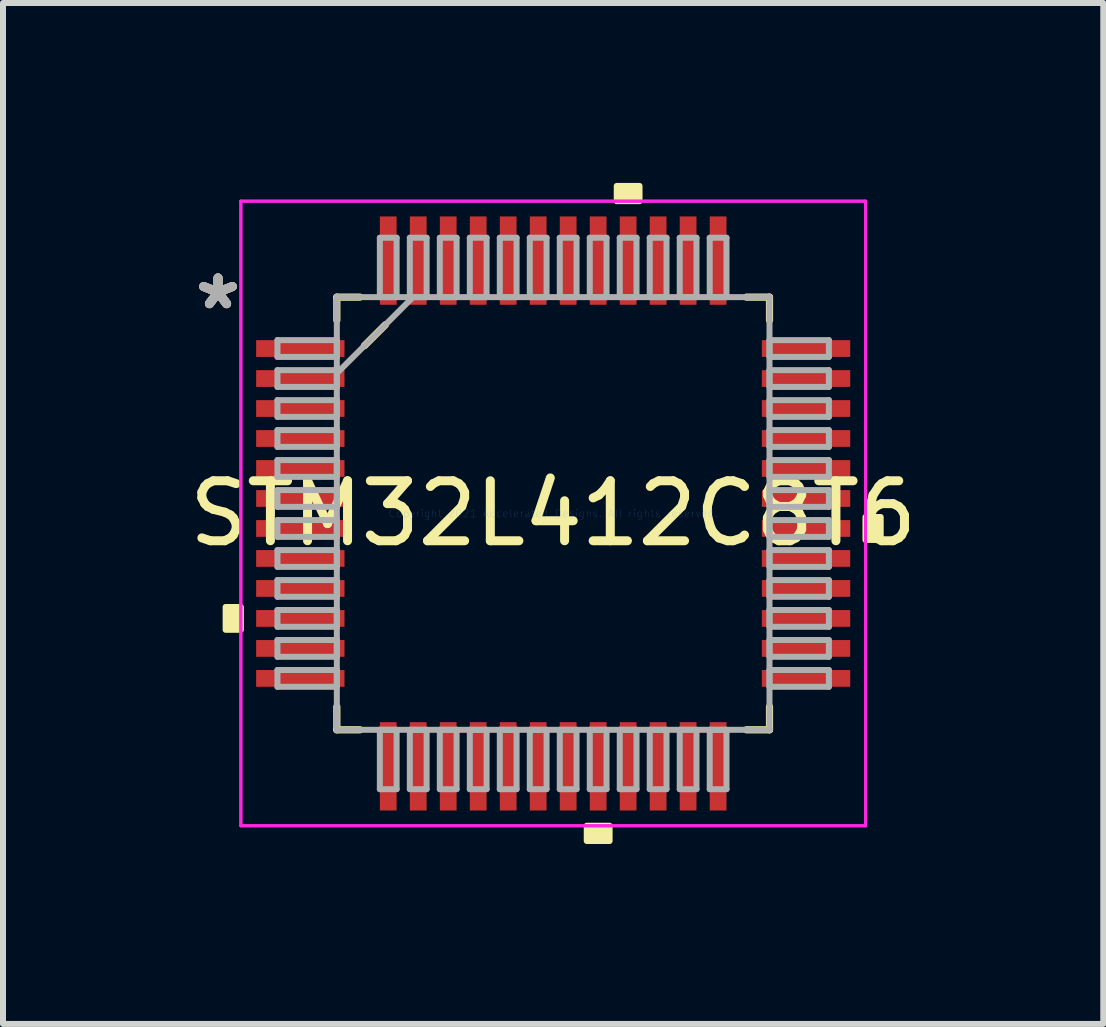
<source format=kicad_pcb>
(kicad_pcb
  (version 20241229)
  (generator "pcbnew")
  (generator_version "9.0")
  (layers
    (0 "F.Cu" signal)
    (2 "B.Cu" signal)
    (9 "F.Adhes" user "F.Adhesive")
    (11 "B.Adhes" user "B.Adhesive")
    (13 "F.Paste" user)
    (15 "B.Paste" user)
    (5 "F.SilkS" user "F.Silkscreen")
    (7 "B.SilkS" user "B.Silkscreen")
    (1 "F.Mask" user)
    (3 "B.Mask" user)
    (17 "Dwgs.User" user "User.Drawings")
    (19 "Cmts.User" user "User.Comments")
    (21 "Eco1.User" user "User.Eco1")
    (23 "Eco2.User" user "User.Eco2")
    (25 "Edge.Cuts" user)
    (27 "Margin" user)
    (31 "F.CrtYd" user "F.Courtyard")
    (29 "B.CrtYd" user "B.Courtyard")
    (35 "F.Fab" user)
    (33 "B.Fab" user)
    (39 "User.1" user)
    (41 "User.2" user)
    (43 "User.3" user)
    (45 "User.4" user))
  (footprint "STM32L412C8T6"
    (layer "F.Cu")
    (at 6.173 5.511)
    (property "Reference" "STM32L412C8T6" (at 0 0 0) (layer "F.SilkS") (effects (font (size 1 1) (thickness 0.15))))
    (attr through_hole)
    (fp_line (start -3.607 -3.607) (end -3.607 -3.222) (stroke (width 0.12) (type solid)) (layer "F.SilkS"))
    (fp_line (start -3.607 3.222) (end -3.607 3.607) (stroke (width 0.12) (type solid)) (layer "F.SilkS"))
    (fp_line (start -3.607 3.607) (end -3.222 3.607) (stroke (width 0.12) (type solid)) (layer "F.SilkS"))
    (fp_line (start -3.222 -3.607) (end -3.607 -3.607) (stroke (width 0.12) (type solid)) (layer "F.SilkS"))
    (fp_line (start -3.147 -2.797) (end -2.797 -3.147) (stroke (width 0.12) (type solid)) (layer "F.SilkS"))
    (fp_line (start 3.222 3.607) (end 3.607 3.607) (stroke (width 0.12) (type solid)) (layer "F.SilkS"))
    (fp_line (start 3.607 -3.607) (end 3.222 -3.607) (stroke (width 0.12) (type solid)) (layer "F.SilkS"))
    (fp_line (start 3.607 -3.222) (end 3.607 -3.607) (stroke (width 0.12) (type solid)) (layer "F.SilkS"))
    (fp_line (start 3.607 3.607) (end 3.607 3.222) (stroke (width 0.12) (type solid)) (layer "F.SilkS"))
    (fp_poly (pts (xy -5.461 1.559) (xy -5.461 1.94) (xy -5.207 1.94) (xy -5.207 1.559)) (stroke (width 0.1) (type solid)) (fill yes) (layer "F.SilkS"))
    (fp_poly (pts (xy 0.56 5.207) (xy 0.56 5.461) (xy 0.941 5.461) (xy 0.941 5.207)) (stroke (width 0.1) (type solid)) (fill yes) (layer "F.SilkS"))
    (fp_poly (pts (xy 1.06 -5.207) (xy 1.06 -5.461) (xy 1.44 -5.461) (xy 1.44 -5.207)) (stroke (width 0.1) (type solid)) (fill yes) (layer "F.SilkS"))
    (fp_poly (pts (xy 5.461 0.059) (xy 5.461 0.441) (xy 5.207 0.441) (xy 5.207 0.059)) (stroke (width 0.1) (type solid)) (fill yes) (layer "F.SilkS"))
    (fp_line (start -5.207 -5.207) (end 5.207 -5.207) (stroke (width 0.05) (type solid)) (layer "F.CrtYd"))
    (fp_line (start -5.207 -5.207) (end 5.207 -5.207) (stroke (width 0.05) (type solid)) (layer "F.CrtYd"))
    (fp_line (start -5.207 5.207) (end -5.207 -5.207) (stroke (width 0.05) (type solid)) (layer "F.CrtYd"))
    (fp_line (start -5.207 5.207) (end -5.207 -5.207) (stroke (width 0.05) (type solid)) (layer "F.CrtYd"))
    (fp_line (start 5.207 -5.207) (end 5.207 5.207) (stroke (width 0.05) (type solid)) (layer "F.CrtYd"))
    (fp_line (start 5.207 -5.207) (end 5.207 5.207) (stroke (width 0.05) (type solid)) (layer "F.CrtYd"))
    (fp_line (start 5.207 5.207) (end -5.207 5.207) (stroke (width 0.05) (type solid)) (layer "F.CrtYd"))
    (fp_line (start 5.207 5.207) (end -5.207 5.207) (stroke (width 0.05) (type solid)) (layer "F.CrtYd"))
    (fp_line (start -4.597 -2.89) (end -4.597 -2.61) (stroke (width 0.1) (type solid)) (layer "F.Fab"))
    (fp_line (start -4.597 -2.61) (end -3.607 -2.61) (stroke (width 0.1) (type solid)) (layer "F.Fab"))
    (fp_line (start -4.597 -2.39) (end -4.597 -2.11) (stroke (width 0.1) (type solid)) (layer "F.Fab"))
    (fp_line (start -4.597 -2.11) (end -3.607 -2.11) (stroke (width 0.1) (type solid)) (layer "F.Fab"))
    (fp_line (start -4.597 -1.89) (end -4.597 -1.61) (stroke (width 0.1) (type solid)) (layer "F.Fab"))
    (fp_line (start -4.597 -1.61) (end -3.607 -1.61) (stroke (width 0.1) (type solid)) (layer "F.Fab"))
    (fp_line (start -4.597 -1.39) (end -4.597 -1.11) (stroke (width 0.1) (type solid)) (layer "F.Fab"))
    (fp_line (start -4.597 -1.11) (end -3.607 -1.11) (stroke (width 0.1) (type solid)) (layer "F.Fab"))
    (fp_line (start -4.597 -0.89) (end -4.597 -0.61) (stroke (width 0.1) (type solid)) (layer "F.Fab"))
    (fp_line (start -4.597 -0.61) (end -3.607 -0.61) (stroke (width 0.1) (type solid)) (layer "F.Fab"))
    (fp_line (start -4.597 -0.39) (end -4.597 -0.11) (stroke (width 0.1) (type solid)) (layer "F.Fab"))
    (fp_line (start -4.597 -0.11) (end -3.607 -0.11) (stroke (width 0.1) (type solid)) (layer "F.Fab"))
    (fp_line (start -4.597 0.11) (end -4.597 0.39) (stroke (width 0.1) (type solid)) (layer "F.Fab"))
    (fp_line (start -4.597 0.39) (end -3.607 0.39) (stroke (width 0.1) (type solid)) (layer "F.Fab"))
    (fp_line (start -4.597 0.61) (end -4.597 0.89) (stroke (width 0.1) (type solid)) (layer "F.Fab"))
    (fp_line (start -4.597 0.89) (end -3.607 0.89) (stroke (width 0.1) (type solid)) (layer "F.Fab"))
    (fp_line (start -4.597 1.11) (end -4.597 1.39) (stroke (width 0.1) (type solid)) (layer "F.Fab"))
    (fp_line (start -4.597 1.39) (end -3.607 1.39) (stroke (width 0.1) (type solid)) (layer "F.Fab"))
    (fp_line (start -4.597 1.61) (end -4.597 1.89) (stroke (width 0.1) (type solid)) (layer "F.Fab"))
    (fp_line (start -4.597 1.89) (end -3.607 1.89) (stroke (width 0.1) (type solid)) (layer "F.Fab"))
    (fp_line (start -4.597 2.11) (end -4.597 2.39) (stroke (width 0.1) (type solid)) (layer "F.Fab"))
    (fp_line (start -4.597 2.39) (end -3.607 2.39) (stroke (width 0.1) (type solid)) (layer "F.Fab"))
    (fp_line (start -4.597 2.61) (end -4.597 2.89) (stroke (width 0.1) (type solid)) (layer "F.Fab"))
    (fp_line (start -4.597 2.89) (end -3.607 2.89) (stroke (width 0.1) (type solid)) (layer "F.Fab"))
    (fp_line (start -3.607 -3.607) (end -3.607 -3.607) (stroke (width 0.1) (type solid)) (layer "F.Fab"))
    (fp_line (start -3.607 -3.607) (end -3.607 3.607) (stroke (width 0.1) (type solid)) (layer "F.Fab"))
    (fp_line (start -3.607 -2.89) (end -4.597 -2.89) (stroke (width 0.1) (type solid)) (layer "F.Fab"))
    (fp_line (start -3.607 -2.61) (end -3.607 -2.89) (stroke (width 0.1) (type solid)) (layer "F.Fab"))
    (fp_line (start -3.607 -2.39) (end -4.597 -2.39) (stroke (width 0.1) (type solid)) (layer "F.Fab"))
    (fp_line (start -3.607 -2.337) (end -2.337 -3.607) (stroke (width 0.1) (type solid)) (layer "F.Fab"))
    (fp_line (start -3.607 -2.11) (end -3.607 -2.39) (stroke (width 0.1) (type solid)) (layer "F.Fab"))
    (fp_line (start -3.607 -1.89) (end -4.597 -1.89) (stroke (width 0.1) (type solid)) (layer "F.Fab"))
    (fp_line (start -3.607 -1.61) (end -3.607 -1.89) (stroke (width 0.1) (type solid)) (layer "F.Fab"))
    (fp_line (start -3.607 -1.39) (end -4.597 -1.39) (stroke (width 0.1) (type solid)) (layer "F.Fab"))
    (fp_line (start -3.607 -1.11) (end -3.607 -1.39) (stroke (width 0.1) (type solid)) (layer "F.Fab"))
    (fp_line (start -3.607 -0.89) (end -4.597 -0.89) (stroke (width 0.1) (type solid)) (layer "F.Fab"))
    (fp_line (start -3.607 -0.61) (end -3.607 -0.89) (stroke (width 0.1) (type solid)) (layer "F.Fab"))
    (fp_line (start -3.607 -0.39) (end -4.597 -0.39) (stroke (width 0.1) (type solid)) (layer "F.Fab"))
    (fp_line (start -3.607 -0.11) (end -3.607 -0.39) (stroke (width 0.1) (type solid)) (layer "F.Fab"))
    (fp_line (start -3.607 0.11) (end -4.597 0.11) (stroke (width 0.1) (type solid)) (layer "F.Fab"))
    (fp_line (start -3.607 0.39) (end -3.607 0.11) (stroke (width 0.1) (type solid)) (layer "F.Fab"))
    (fp_line (start -3.607 0.61) (end -4.597 0.61) (stroke (width 0.1) (type solid)) (layer "F.Fab"))
    (fp_line (start -3.607 0.89) (end -3.607 0.61) (stroke (width 0.1) (type solid)) (layer "F.Fab"))
    (fp_line (start -3.607 1.11) (end -4.597 1.11) (stroke (width 0.1) (type solid)) (layer "F.Fab"))
    (fp_line (start -3.607 1.39) (end -3.607 1.11) (stroke (width 0.1) (type solid)) (layer "F.Fab"))
    (fp_line (start -3.607 1.61) (end -4.597 1.61) (stroke (width 0.1) (type solid)) (layer "F.Fab"))
    (fp_line (start -3.607 1.89) (end -3.607 1.61) (stroke (width 0.1) (type solid)) (layer "F.Fab"))
    (fp_line (start -3.607 2.11) (end -4.597 2.11) (stroke (width 0.1) (type solid)) (layer "F.Fab"))
    (fp_line (start -3.607 2.39) (end -3.607 2.11) (stroke (width 0.1) (type solid)) (layer "F.Fab"))
    (fp_line (start -3.607 2.61) (end -4.597 2.61) (stroke (width 0.1) (type solid)) (layer "F.Fab"))
    (fp_line (start -3.607 2.89) (end -3.607 2.61) (stroke (width 0.1) (type solid)) (layer "F.Fab"))
    (fp_line (start -3.607 3.607) (end -3.607 3.607) (stroke (width 0.1) (type solid)) (layer "F.Fab"))
    (fp_line (start -3.607 3.607) (end 3.607 3.607) (stroke (width 0.1) (type solid)) (layer "F.Fab"))
    (fp_line (start -2.89 -4.597) (end -2.89 -3.607) (stroke (width 0.1) (type solid)) (layer "F.Fab"))
    (fp_line (start -2.89 -3.607) (end -2.61 -3.607) (stroke (width 0.1) (type solid)) (layer "F.Fab"))
    (fp_line (start -2.89 3.607) (end -2.89 4.597) (stroke (width 0.1) (type solid)) (layer "F.Fab"))
    (fp_line (start -2.89 4.597) (end -2.61 4.597) (stroke (width 0.1) (type solid)) (layer "F.Fab"))
    (fp_line (start -2.61 -4.597) (end -2.89 -4.597) (stroke (width 0.1) (type solid)) (layer "F.Fab"))
    (fp_line (start -2.61 -3.607) (end -2.61 -4.597) (stroke (width 0.1) (type solid)) (layer "F.Fab"))
    (fp_line (start -2.61 3.607) (end -2.89 3.607) (stroke (width 0.1) (type solid)) (layer "F.Fab"))
    (fp_line (start -2.61 4.597) (end -2.61 3.607) (stroke (width 0.1) (type solid)) (layer "F.Fab"))
    (fp_line (start -2.39 -4.597) (end -2.39 -3.607) (stroke (width 0.1) (type solid)) (layer "F.Fab"))
    (fp_line (start -2.39 -3.607) (end -2.11 -3.607) (stroke (width 0.1) (type solid)) (layer "F.Fab"))
    (fp_line (start -2.39 3.607) (end -2.39 4.597) (stroke (width 0.1) (type solid)) (layer "F.Fab"))
    (fp_line (start -2.39 4.597) (end -2.11 4.597) (stroke (width 0.1) (type solid)) (layer "F.Fab"))
    (fp_line (start -2.11 -4.597) (end -2.39 -4.597) (stroke (width 0.1) (type solid)) (layer "F.Fab"))
    (fp_line (start -2.11 -3.607) (end -2.11 -4.597) (stroke (width 0.1) (type solid)) (layer "F.Fab"))
    (fp_line (start -2.11 3.607) (end -2.39 3.607) (stroke (width 0.1) (type solid)) (layer "F.Fab"))
    (fp_line (start -2.11 4.597) (end -2.11 3.607) (stroke (width 0.1) (type solid)) (layer "F.Fab"))
    (fp_line (start -1.89 -4.597) (end -1.89 -3.607) (stroke (width 0.1) (type solid)) (layer "F.Fab"))
    (fp_line (start -1.89 -3.607) (end -1.61 -3.607) (stroke (width 0.1) (type solid)) (layer "F.Fab"))
    (fp_line (start -1.89 3.607) (end -1.89 4.597) (stroke (width 0.1) (type solid)) (layer "F.Fab"))
    (fp_line (start -1.89 4.597) (end -1.61 4.597) (stroke (width 0.1) (type solid)) (layer "F.Fab"))
    (fp_line (start -1.61 -4.597) (end -1.89 -4.597) (stroke (width 0.1) (type solid)) (layer "F.Fab"))
    (fp_line (start -1.61 -3.607) (end -1.61 -4.597) (stroke (width 0.1) (type solid)) (layer "F.Fab"))
    (fp_line (start -1.61 3.607) (end -1.89 3.607) (stroke (width 0.1) (type solid)) (layer "F.Fab"))
    (fp_line (start -1.61 4.597) (end -1.61 3.607) (stroke (width 0.1) (type solid)) (layer "F.Fab"))
    (fp_line (start -1.39 -4.597) (end -1.39 -3.607) (stroke (width 0.1) (type solid)) (layer "F.Fab"))
    (fp_line (start -1.39 -3.607) (end -1.11 -3.607) (stroke (width 0.1) (type solid)) (layer "F.Fab"))
    (fp_line (start -1.39 3.607) (end -1.39 4.597) (stroke (width 0.1) (type solid)) (layer "F.Fab"))
    (fp_line (start -1.39 4.597) (end -1.11 4.597) (stroke (width 0.1) (type solid)) (layer "F.Fab"))
    (fp_line (start -1.11 -4.597) (end -1.39 -4.597) (stroke (width 0.1) (type solid)) (layer "F.Fab"))
    (fp_line (start -1.11 -3.607) (end -1.11 -4.597) (stroke (width 0.1) (type solid)) (layer "F.Fab"))
    (fp_line (start -1.11 3.607) (end -1.39 3.607) (stroke (width 0.1) (type solid)) (layer "F.Fab"))
    (fp_line (start -1.11 4.597) (end -1.11 3.607) (stroke (width 0.1) (type solid)) (layer "F.Fab"))
    (fp_line (start -0.89 -4.597) (end -0.89 -3.607) (stroke (width 0.1) (type solid)) (layer "F.Fab"))
    (fp_line (start -0.89 -3.607) (end -0.61 -3.607) (stroke (width 0.1) (type solid)) (layer "F.Fab"))
    (fp_line (start -0.89 3.607) (end -0.89 4.597) (stroke (width 0.1) (type solid)) (layer "F.Fab"))
    (fp_line (start -0.89 4.597) (end -0.61 4.597) (stroke (width 0.1) (type solid)) (layer "F.Fab"))
    (fp_line (start -0.61 -4.597) (end -0.89 -4.597) (stroke (width 0.1) (type solid)) (layer "F.Fab"))
    (fp_line (start -0.61 -3.607) (end -0.61 -4.597) (stroke (width 0.1) (type solid)) (layer "F.Fab"))
    (fp_line (start -0.61 3.607) (end -0.89 3.607) (stroke (width 0.1) (type solid)) (layer "F.Fab"))
    (fp_line (start -0.61 4.597) (end -0.61 3.607) (stroke (width 0.1) (type solid)) (layer "F.Fab"))
    (fp_line (start -0.39 -4.597) (end -0.39 -3.607) (stroke (width 0.1) (type solid)) (layer "F.Fab"))
    (fp_line (start -0.39 -3.607) (end -0.11 -3.607) (stroke (width 0.1) (type solid)) (layer "F.Fab"))
    (fp_line (start -0.39 3.607) (end -0.39 4.597) (stroke (width 0.1) (type solid)) (layer "F.Fab"))
    (fp_line (start -0.39 4.597) (end -0.11 4.597) (stroke (width 0.1) (type solid)) (layer "F.Fab"))
    (fp_line (start -0.11 -4.597) (end -0.39 -4.597) (stroke (width 0.1) (type solid)) (layer "F.Fab"))
    (fp_line (start -0.11 -3.607) (end -0.11 -4.597) (stroke (width 0.1) (type solid)) (layer "F.Fab"))
    (fp_line (start -0.11 3.607) (end -0.39 3.607) (stroke (width 0.1) (type solid)) (layer "F.Fab"))
    (fp_line (start -0.11 4.597) (end -0.11 3.607) (stroke (width 0.1) (type solid)) (layer "F.Fab"))
    (fp_line (start 0.11 -4.597) (end 0.11 -3.607) (stroke (width 0.1) (type solid)) (layer "F.Fab"))
    (fp_line (start 0.11 -3.607) (end 0.39 -3.607) (stroke (width 0.1) (type solid)) (layer "F.Fab"))
    (fp_line (start 0.11 3.607) (end 0.11 4.597) (stroke (width 0.1) (type solid)) (layer "F.Fab"))
    (fp_line (start 0.11 4.597) (end 0.39 4.597) (stroke (width 0.1) (type solid)) (layer "F.Fab"))
    (fp_line (start 0.39 -4.597) (end 0.11 -4.597) (stroke (width 0.1) (type solid)) (layer "F.Fab"))
    (fp_line (start 0.39 -3.607) (end 0.39 -4.597) (stroke (width 0.1) (type solid)) (layer "F.Fab"))
    (fp_line (start 0.39 3.607) (end 0.11 3.607) (stroke (width 0.1) (type solid)) (layer "F.Fab"))
    (fp_line (start 0.39 4.597) (end 0.39 3.607) (stroke (width 0.1) (type solid)) (layer "F.Fab"))
    (fp_line (start 0.61 -4.597) (end 0.61 -3.607) (stroke (width 0.1) (type solid)) (layer "F.Fab"))
    (fp_line (start 0.61 -3.607) (end 0.89 -3.607) (stroke (width 0.1) (type solid)) (layer "F.Fab"))
    (fp_line (start 0.61 3.607) (end 0.61 4.597) (stroke (width 0.1) (type solid)) (layer "F.Fab"))
    (fp_line (start 0.61 4.597) (end 0.89 4.597) (stroke (width 0.1) (type solid)) (layer "F.Fab"))
    (fp_line (start 0.89 -4.597) (end 0.61 -4.597) (stroke (width 0.1) (type solid)) (layer "F.Fab"))
    (fp_line (start 0.89 -3.607) (end 0.89 -4.597) (stroke (width 0.1) (type solid)) (layer "F.Fab"))
    (fp_line (start 0.89 3.607) (end 0.61 3.607) (stroke (width 0.1) (type solid)) (layer "F.Fab"))
    (fp_line (start 0.89 4.597) (end 0.89 3.607) (stroke (width 0.1) (type solid)) (layer "F.Fab"))
    (fp_line (start 1.11 -4.597) (end 1.11 -3.607) (stroke (width 0.1) (type solid)) (layer "F.Fab"))
    (fp_line (start 1.11 -3.607) (end 1.39 -3.607) (stroke (width 0.1) (type solid)) (layer "F.Fab"))
    (fp_line (start 1.11 3.607) (end 1.11 4.597) (stroke (width 0.1) (type solid)) (layer "F.Fab"))
    (fp_line (start 1.11 4.597) (end 1.39 4.597) (stroke (width 0.1) (type solid)) (layer "F.Fab"))
    (fp_line (start 1.39 -4.597) (end 1.11 -4.597) (stroke (width 0.1) (type solid)) (layer "F.Fab"))
    (fp_line (start 1.39 -3.607) (end 1.39 -4.597) (stroke (width 0.1) (type solid)) (layer "F.Fab"))
    (fp_line (start 1.39 3.607) (end 1.11 3.607) (stroke (width 0.1) (type solid)) (layer "F.Fab"))
    (fp_line (start 1.39 4.597) (end 1.39 3.607) (stroke (width 0.1) (type solid)) (layer "F.Fab"))
    (fp_line (start 1.61 -4.597) (end 1.61 -3.607) (stroke (width 0.1) (type solid)) (layer "F.Fab"))
    (fp_line (start 1.61 -3.607) (end 1.89 -3.607) (stroke (width 0.1) (type solid)) (layer "F.Fab"))
    (fp_line (start 1.61 3.607) (end 1.61 4.597) (stroke (width 0.1) (type solid)) (layer "F.Fab"))
    (fp_line (start 1.61 4.597) (end 1.89 4.597) (stroke (width 0.1) (type solid)) (layer "F.Fab"))
    (fp_line (start 1.89 -4.597) (end 1.61 -4.597) (stroke (width 0.1) (type solid)) (layer "F.Fab"))
    (fp_line (start 1.89 -3.607) (end 1.89 -4.597) (stroke (width 0.1) (type solid)) (layer "F.Fab"))
    (fp_line (start 1.89 3.607) (end 1.61 3.607) (stroke (width 0.1) (type solid)) (layer "F.Fab"))
    (fp_line (start 1.89 4.597) (end 1.89 3.607) (stroke (width 0.1) (type solid)) (layer "F.Fab"))
    (fp_line (start 2.11 -4.597) (end 2.11 -3.607) (stroke (width 0.1) (type solid)) (layer "F.Fab"))
    (fp_line (start 2.11 -3.607) (end 2.39 -3.607) (stroke (width 0.1) (type solid)) (layer "F.Fab"))
    (fp_line (start 2.11 3.607) (end 2.11 4.597) (stroke (width 0.1) (type solid)) (layer "F.Fab"))
    (fp_line (start 2.11 4.597) (end 2.39 4.597) (stroke (width 0.1) (type solid)) (layer "F.Fab"))
    (fp_line (start 2.39 -4.597) (end 2.11 -4.597) (stroke (width 0.1) (type solid)) (layer "F.Fab"))
    (fp_line (start 2.39 -3.607) (end 2.39 -4.597) (stroke (width 0.1) (type solid)) (layer "F.Fab"))
    (fp_line (start 2.39 3.607) (end 2.11 3.607) (stroke (width 0.1) (type solid)) (layer "F.Fab"))
    (fp_line (start 2.39 4.597) (end 2.39 3.607) (stroke (width 0.1) (type solid)) (layer "F.Fab"))
    (fp_line (start 2.61 -4.597) (end 2.61 -3.607) (stroke (width 0.1) (type solid)) (layer "F.Fab"))
    (fp_line (start 2.61 -3.607) (end 2.89 -3.607) (stroke (width 0.1) (type solid)) (layer "F.Fab"))
    (fp_line (start 2.61 3.607) (end 2.61 4.597) (stroke (width 0.1) (type solid)) (layer "F.Fab"))
    (fp_line (start 2.61 4.597) (end 2.89 4.597) (stroke (width 0.1) (type solid)) (layer "F.Fab"))
    (fp_line (start 2.89 -4.597) (end 2.61 -4.597) (stroke (width 0.1) (type solid)) (layer "F.Fab"))
    (fp_line (start 2.89 -3.607) (end 2.89 -4.597) (stroke (width 0.1) (type solid)) (layer "F.Fab"))
    (fp_line (start 2.89 3.607) (end 2.61 3.607) (stroke (width 0.1) (type solid)) (layer "F.Fab"))
    (fp_line (start 2.89 4.597) (end 2.89 3.607) (stroke (width 0.1) (type solid)) (layer "F.Fab"))
    (fp_line (start 3.607 -3.607) (end -3.607 -3.607) (stroke (width 0.1) (type solid)) (layer "F.Fab"))
    (fp_line (start 3.607 -3.607) (end 3.607 -3.607) (stroke (width 0.1) (type solid)) (layer "F.Fab"))
    (fp_line (start 3.607 -2.89) (end 3.607 -2.61) (stroke (width 0.1) (type solid)) (layer "F.Fab"))
    (fp_line (start 3.607 -2.61) (end 4.597 -2.61) (stroke (width 0.1) (type solid)) (layer "F.Fab"))
    (fp_line (start 3.607 -2.39) (end 3.607 -2.11) (stroke (width 0.1) (type solid)) (layer "F.Fab"))
    (fp_line (start 3.607 -2.11) (end 4.597 -2.11) (stroke (width 0.1) (type solid)) (layer "F.Fab"))
    (fp_line (start 3.607 -1.89) (end 3.607 -1.61) (stroke (width 0.1) (type solid)) (layer "F.Fab"))
    (fp_line (start 3.607 -1.61) (end 4.597 -1.61) (stroke (width 0.1) (type solid)) (layer "F.Fab"))
    (fp_line (start 3.607 -1.39) (end 3.607 -1.11) (stroke (width 0.1) (type solid)) (layer "F.Fab"))
    (fp_line (start 3.607 -1.11) (end 4.597 -1.11) (stroke (width 0.1) (type solid)) (layer "F.Fab"))
    (fp_line (start 3.607 -0.89) (end 3.607 -0.61) (stroke (width 0.1) (type solid)) (layer "F.Fab"))
    (fp_line (start 3.607 -0.61) (end 4.597 -0.61) (stroke (width 0.1) (type solid)) (layer "F.Fab"))
    (fp_line (start 3.607 -0.39) (end 3.607 -0.11) (stroke (width 0.1) (type solid)) (layer "F.Fab"))
    (fp_line (start 3.607 -0.11) (end 4.597 -0.11) (stroke (width 0.1) (type solid)) (layer "F.Fab"))
    (fp_line (start 3.607 0.11) (end 3.607 0.39) (stroke (width 0.1) (type solid)) (layer "F.Fab"))
    (fp_line (start 3.607 0.39) (end 4.597 0.39) (stroke (width 0.1) (type solid)) (layer "F.Fab"))
    (fp_line (start 3.607 0.61) (end 3.607 0.89) (stroke (width 0.1) (type solid)) (layer "F.Fab"))
    (fp_line (start 3.607 0.89) (end 4.597 0.89) (stroke (width 0.1) (type solid)) (layer "F.Fab"))
    (fp_line (start 3.607 1.11) (end 3.607 1.39) (stroke (width 0.1) (type solid)) (layer "F.Fab"))
    (fp_line (start 3.607 1.39) (end 4.597 1.39) (stroke (width 0.1) (type solid)) (layer "F.Fab"))
    (fp_line (start 3.607 1.61) (end 3.607 1.89) (stroke (width 0.1) (type solid)) (layer "F.Fab"))
    (fp_line (start 3.607 1.89) (end 4.597 1.89) (stroke (width 0.1) (type solid)) (layer "F.Fab"))
    (fp_line (start 3.607 2.11) (end 3.607 2.39) (stroke (width 0.1) (type solid)) (layer "F.Fab"))
    (fp_line (start 3.607 2.39) (end 4.597 2.39) (stroke (width 0.1) (type solid)) (layer "F.Fab"))
    (fp_line (start 3.607 2.61) (end 3.607 2.89) (stroke (width 0.1) (type solid)) (layer "F.Fab"))
    (fp_line (start 3.607 2.89) (end 4.597 2.89) (stroke (width 0.1) (type solid)) (layer "F.Fab"))
    (fp_line (start 3.607 3.607) (end 3.607 -3.607) (stroke (width 0.1) (type solid)) (layer "F.Fab"))
    (fp_line (start 3.607 3.607) (end 3.607 3.607) (stroke (width 0.1) (type solid)) (layer "F.Fab"))
    (fp_line (start 4.597 -2.89) (end 3.607 -2.89) (stroke (width 0.1) (type solid)) (layer "F.Fab"))
    (fp_line (start 4.597 -2.61) (end 4.597 -2.89) (stroke (width 0.1) (type solid)) (layer "F.Fab"))
    (fp_line (start 4.597 -2.39) (end 3.607 -2.39) (stroke (width 0.1) (type solid)) (layer "F.Fab"))
    (fp_line (start 4.597 -2.11) (end 4.597 -2.39) (stroke (width 0.1) (type solid)) (layer "F.Fab"))
    (fp_line (start 4.597 -1.89) (end 3.607 -1.89) (stroke (width 0.1) (type solid)) (layer "F.Fab"))
    (fp_line (start 4.597 -1.61) (end 4.597 -1.89) (stroke (width 0.1) (type solid)) (layer "F.Fab"))
    (fp_line (start 4.597 -1.39) (end 3.607 -1.39) (stroke (width 0.1) (type solid)) (layer "F.Fab"))
    (fp_line (start 4.597 -1.11) (end 4.597 -1.39) (stroke (width 0.1) (type solid)) (layer "F.Fab"))
    (fp_line (start 4.597 -0.89) (end 3.607 -0.89) (stroke (width 0.1) (type solid)) (layer "F.Fab"))
    (fp_line (start 4.597 -0.61) (end 4.597 -0.89) (stroke (width 0.1) (type solid)) (layer "F.Fab"))
    (fp_line (start 4.597 -0.39) (end 3.607 -0.39) (stroke (width 0.1) (type solid)) (layer "F.Fab"))
    (fp_line (start 4.597 -0.11) (end 4.597 -0.39) (stroke (width 0.1) (type solid)) (layer "F.Fab"))
    (fp_line (start 4.597 0.11) (end 3.607 0.11) (stroke (width 0.1) (type solid)) (layer "F.Fab"))
    (fp_line (start 4.597 0.39) (end 4.597 0.11) (stroke (width 0.1) (type solid)) (layer "F.Fab"))
    (fp_line (start 4.597 0.61) (end 3.607 0.61) (stroke (width 0.1) (type solid)) (layer "F.Fab"))
    (fp_line (start 4.597 0.89) (end 4.597 0.61) (stroke (width 0.1) (type solid)) (layer "F.Fab"))
    (fp_line (start 4.597 1.11) (end 3.607 1.11) (stroke (width 0.1) (type solid)) (layer "F.Fab"))
    (fp_line (start 4.597 1.39) (end 4.597 1.11) (stroke (width 0.1) (type solid)) (layer "F.Fab"))
    (fp_line (start 4.597 1.61) (end 3.607 1.61) (stroke (width 0.1) (type solid)) (layer "F.Fab"))
    (fp_line (start 4.597 1.89) (end 4.597 1.61) (stroke (width 0.1) (type solid)) (layer "F.Fab"))
    (fp_line (start 4.597 2.11) (end 3.607 2.11) (stroke (width 0.1) (type solid)) (layer "F.Fab"))
    (fp_line (start 4.597 2.39) (end 4.597 2.11) (stroke (width 0.1) (type solid)) (layer "F.Fab"))
    (fp_line (start 4.597 2.61) (end 3.607 2.61) (stroke (width 0.1) (type solid)) (layer "F.Fab"))
    (fp_line (start 4.597 2.89) (end 4.597 2.61) (stroke (width 0.1) (type solid)) (layer "F.Fab"))
    (fp_text user "*" (at -5.588 -3.381 0) (layer "F.SilkS") (effects (font (size 1 1) (thickness 0.15))))
    (fp_text user "*" (at -5.588 -3.381 0) (layer "F.SilkS") (effects (font (size 1 1) (thickness 0.15))))
    (fp_text user "Copyright 2021 Accelerated Designs. All rights reserved." (at 0 0 0) (layer "Cmts.User") (effects (font (size 0.127 0.127) (thickness 0.002))))
    (fp_text user "*" (at -5.588 -3.381 0) (layer "F.Fab") (effects (font (size 1 1) (thickness 0.15))))
    (fp_text user "*" (at -5.588 -3.381 0) (layer "F.Fab") (effects (font (size 1 1) (thickness 0.15))))
    (pad "1" smd rect (at -4.216 -2.75 90) (size 0.279 1.473) (layers "F.Cu" "F.Mask" "F.Paste"))
    (pad "2" smd rect (at -4.216 -2.25 90) (size 0.279 1.473) (layers "F.Cu" "F.Mask" "F.Paste"))
    (pad "3" smd rect (at -4.216 -1.75 90) (size 0.279 1.473) (layers "F.Cu" "F.Mask" "F.Paste"))
    (pad "4" smd rect (at -4.216 -1.25 90) (size 0.279 1.473) (layers "F.Cu" "F.Mask" "F.Paste"))
    (pad "5" smd rect (at -4.216 -0.75 90) (size 0.279 1.473) (layers "F.Cu" "F.Mask" "F.Paste"))
    (pad "6" smd rect (at -4.216 -0.25 90) (size 0.279 1.473) (layers "F.Cu" "F.Mask" "F.Paste"))
    (pad "7" smd rect (at -4.216 0.25 90) (size 0.279 1.473) (layers "F.Cu" "F.Mask" "F.Paste"))
    (pad "8" smd rect (at -4.216 0.75 90) (size 0.279 1.473) (layers "F.Cu" "F.Mask" "F.Paste"))
    (pad "9" smd rect (at -4.216 1.25 90) (size 0.279 1.473) (layers "F.Cu" "F.Mask" "F.Paste"))
    (pad "10" smd rect (at -4.216 1.75 90) (size 0.279 1.473) (layers "F.Cu" "F.Mask" "F.Paste"))
    (pad "11" smd rect (at -4.216 2.25 90) (size 0.279 1.473) (layers "F.Cu" "F.Mask" "F.Paste"))
    (pad "12" smd rect (at -4.216 2.75 90) (size 0.279 1.473) (layers "F.Cu" "F.Mask" "F.Paste"))
    (pad "13" smd rect (at -2.75 4.216) (size 0.279 1.473) (layers "F.Cu" "F.Mask" "F.Paste"))
    (pad "14" smd rect (at -2.25 4.216) (size 0.279 1.473) (layers "F.Cu" "F.Mask" "F.Paste"))
    (pad "15" smd rect (at -1.75 4.216) (size 0.279 1.473) (layers "F.Cu" "F.Mask" "F.Paste"))
    (pad "16" smd rect (at -1.25 4.216) (size 0.279 1.473) (layers "F.Cu" "F.Mask" "F.Paste"))
    (pad "17" smd rect (at -0.75 4.216) (size 0.279 1.473) (layers "F.Cu" "F.Mask" "F.Paste"))
    (pad "18" smd rect (at -0.25 4.216) (size 0.279 1.473) (layers "F.Cu" "F.Mask" "F.Paste"))
    (pad "19" smd rect (at 0.25 4.216) (size 0.279 1.473) (layers "F.Cu" "F.Mask" "F.Paste"))
    (pad "20" smd rect (at 0.75 4.216) (size 0.279 1.473) (layers "F.Cu" "F.Mask" "F.Paste"))
    (pad "21" smd rect (at 1.25 4.216) (size 0.279 1.473) (layers "F.Cu" "F.Mask" "F.Paste"))
    (pad "22" smd rect (at 1.75 4.216) (size 0.279 1.473) (layers "F.Cu" "F.Mask" "F.Paste"))
    (pad "23" smd rect (at 2.25 4.216) (size 0.279 1.473) (layers "F.Cu" "F.Mask" "F.Paste"))
    (pad "24" smd rect (at 2.75 4.216) (size 0.279 1.473) (layers "F.Cu" "F.Mask" "F.Paste"))
    (pad "25" smd rect (at 4.216 2.75 90) (size 0.279 1.473) (layers "F.Cu" "F.Mask" "F.Paste"))
    (pad "26" smd rect (at 4.216 2.25 90) (size 0.279 1.473) (layers "F.Cu" "F.Mask" "F.Paste"))
    (pad "27" smd rect (at 4.216 1.75 90) (size 0.279 1.473) (layers "F.Cu" "F.Mask" "F.Paste"))
    (pad "28" smd rect (at 4.216 1.25 90) (size 0.279 1.473) (layers "F.Cu" "F.Mask" "F.Paste"))
    (pad "29" smd rect (at 4.216 0.75 90) (size 0.279 1.473) (layers "F.Cu" "F.Mask" "F.Paste"))
    (pad "30" smd rect (at 4.216 0.25 90) (size 0.279 1.473) (layers "F.Cu" "F.Mask" "F.Paste"))
    (pad "31" smd rect (at 4.216 -0.25 90) (size 0.279 1.473) (layers "F.Cu" "F.Mask" "F.Paste"))
    (pad "32" smd rect (at 4.216 -0.75 90) (size 0.279 1.473) (layers "F.Cu" "F.Mask" "F.Paste"))
    (pad "33" smd rect (at 4.216 -1.25 90) (size 0.279 1.473) (layers "F.Cu" "F.Mask" "F.Paste"))
    (pad "34" smd rect (at 4.216 -1.75 90) (size 0.279 1.473) (layers "F.Cu" "F.Mask" "F.Paste"))
    (pad "35" smd rect (at 4.216 -2.25 90) (size 0.279 1.473) (layers "F.Cu" "F.Mask" "F.Paste"))
    (pad "36" smd rect (at 4.216 -2.75 90) (size 0.279 1.473) (layers "F.Cu" "F.Mask" "F.Paste"))
    (pad "37" smd rect (at 2.75 -4.216) (size 0.279 1.473) (layers "F.Cu" "F.Mask" "F.Paste"))
    (pad "38" smd rect (at 2.25 -4.216) (size 0.279 1.473) (layers "F.Cu" "F.Mask" "F.Paste"))
    (pad "39" smd rect (at 1.75 -4.216) (size 0.279 1.473) (layers "F.Cu" "F.Mask" "F.Paste"))
    (pad "40" smd rect (at 1.25 -4.216) (size 0.279 1.473) (layers "F.Cu" "F.Mask" "F.Paste"))
    (pad "41" smd rect (at 0.75 -4.216) (size 0.279 1.473) (layers "F.Cu" "F.Mask" "F.Paste"))
    (pad "42" smd rect (at 0.25 -4.216) (size 0.279 1.473) (layers "F.Cu" "F.Mask" "F.Paste"))
    (pad "43" smd rect (at -0.25 -4.216) (size 0.279 1.473) (layers "F.Cu" "F.Mask" "F.Paste"))
    (pad "44" smd rect (at -0.75 -4.216) (size 0.279 1.473) (layers "F.Cu" "F.Mask" "F.Paste"))
    (pad "45" smd rect (at -1.25 -4.216) (size 0.279 1.473) (layers "F.Cu" "F.Mask" "F.Paste"))
    (pad "46" smd rect (at -1.75 -4.216) (size 0.279 1.473) (layers "F.Cu" "F.Mask" "F.Paste"))
    (pad "47" smd rect (at -2.25 -4.216) (size 0.279 1.473) (layers "F.Cu" "F.Mask" "F.Paste"))
    (pad "48" smd rect (at -2.75 -4.216) (size 0.279 1.473) (layers "F.Cu" "F.Mask" "F.Paste")))
  (gr_rect
    (start -3 -3)
    (end 15.345 14.022)
    (stroke (width 0.1) (type default))
    (fill no)
    (layer "Edge.Cuts")))
</source>
